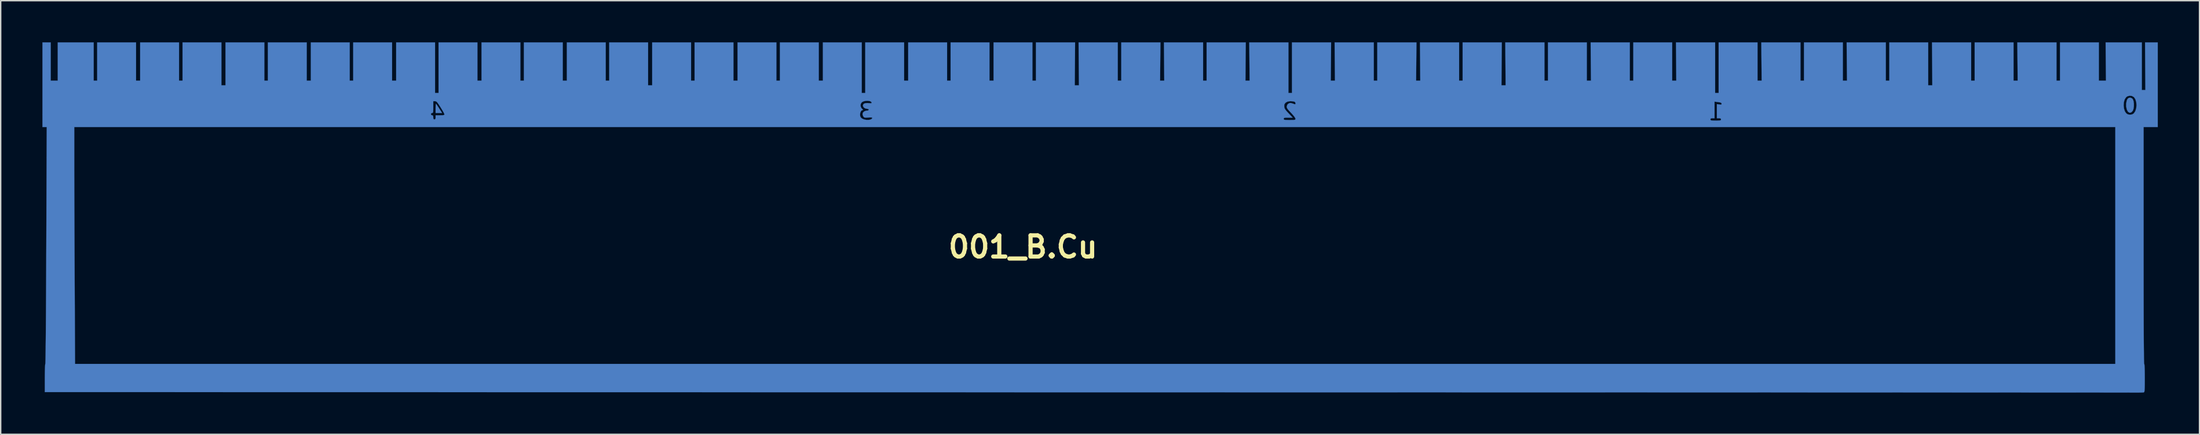
<source format=kicad_pcb>
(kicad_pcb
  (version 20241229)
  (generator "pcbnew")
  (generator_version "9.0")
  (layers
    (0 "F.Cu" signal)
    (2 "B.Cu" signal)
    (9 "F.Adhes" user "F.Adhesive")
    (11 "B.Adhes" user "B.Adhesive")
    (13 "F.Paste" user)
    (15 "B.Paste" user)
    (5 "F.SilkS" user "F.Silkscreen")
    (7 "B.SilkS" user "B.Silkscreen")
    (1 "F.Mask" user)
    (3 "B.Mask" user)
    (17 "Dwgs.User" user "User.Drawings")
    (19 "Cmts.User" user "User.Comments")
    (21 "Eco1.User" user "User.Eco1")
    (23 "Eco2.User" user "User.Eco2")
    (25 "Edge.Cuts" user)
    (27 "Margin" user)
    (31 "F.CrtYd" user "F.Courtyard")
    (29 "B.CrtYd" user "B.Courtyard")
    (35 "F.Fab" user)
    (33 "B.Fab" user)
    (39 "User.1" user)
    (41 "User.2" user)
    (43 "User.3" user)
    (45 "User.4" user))
  (footprint "001_B.Cu"
    (layer "F.Cu")
    (at 70.532 14.737)
    (property "Reference" "001_B.Cu" (at 0 0 0) (layer "F.SilkS") (effects (font (size 1.524 1.524) (thickness 0.3))))
    (attr through_hole)
    (fp_poly (pts (xy -42.212 -10.306) (xy -42.174 -10.254) (xy -42.104 -10.149) (xy -42.014 -10.011) (xy -41.98 -9.959) (xy -41.785 -9.652) (xy -42.249 -9.652) (xy -42.249 -9.999) (xy -42.245 -10.156) (xy -42.234 -10.264) (xy -42.218 -10.308) (xy -42.212 -10.306)) (stroke (width 0.01) (type solid)) (fill yes) (layer "B.Cu"))
    (fp_poly (pts (xy 79.769 -10.704) (xy 79.828 -10.64) (xy 79.879 -10.507) (xy 79.904 -10.327) (xy 79.903 -10.13) (xy 79.877 -9.947) (xy 79.826 -9.809) (xy 79.814 -9.791) (xy 79.705 -9.687) (xy 79.596 -9.665) (xy 79.493 -9.728) (xy 79.469 -9.755) (xy 79.391 -9.912) (xy 79.35 -10.115) (xy 79.35 -10.333) (xy 79.389 -10.536) (xy 79.444 -10.657) (xy 79.537 -10.738) (xy 79.655 -10.753) (xy 79.769 -10.704)) (stroke (width 0.01) (type solid)) (fill yes) (layer "B.Cu"))
    (fp_poly (pts (xy 80.476 -14.732) (xy 80.476 -11.303) (xy 80.732 -11.303) (xy 80.72 -13.018) (xy 80.709 -14.732) (xy 81.164 -14.732) (xy 81.619 -14.732) (xy 81.619 -8.636) (xy 80.603 -8.636) (xy 80.603 -0.106) (xy 80.603 1.043) (xy 80.604 2.11) (xy 80.605 3.094) (xy 80.606 3.995) (xy 80.608 4.813) (xy 80.61 5.549) (xy 80.613 6.201) (xy 80.616 6.77) (xy 80.62 7.255) (xy 80.624 7.656) (xy 80.628 7.974) (xy 80.633 8.207) (xy 80.638 8.357) (xy 80.643 8.421) (xy 80.645 8.424) (xy 80.66 8.466) (xy 80.671 8.588) (xy 80.68 8.788) (xy 80.685 9.06) (xy 80.687 9.402) (xy 80.687 9.436) (xy 80.687 9.758) (xy 80.685 10.006) (xy 80.68 10.189) (xy 80.673 10.316) (xy 80.662 10.399) (xy 80.647 10.447) (xy 80.627 10.47) (xy 80.62 10.473) (xy 80.56 10.48) (xy 80.428 10.485) (xy 80.238 10.489) (xy 80.001 10.49) (xy 79.731 10.489) (xy 79.573 10.488) (xy 79.497 10.488) (xy 79.339 10.487) (xy 79.098 10.487) (xy 78.777 10.487) (xy 78.377 10.486) (xy 77.899 10.486) (xy 77.344 10.485) (xy 76.715 10.485) (xy 76.011 10.485) (xy 75.236 10.484) (xy 74.39 10.484) (xy 73.474 10.483) (xy 72.489 10.483) (xy 71.439 10.482) (xy 70.322 10.482) (xy 69.142 10.481) (xy 67.899 10.481) (xy 66.595 10.48) (xy 65.23 10.48) (xy 63.808 10.48) (xy 62.328 10.479) (xy 60.792 10.479) (xy 59.202 10.478) (xy 57.559 10.478) (xy 55.864 10.477) (xy 54.119 10.477) (xy 52.325 10.476) (xy 50.483 10.476) (xy 48.595 10.475) (xy 46.663 10.475) (xy 44.687 10.474) (xy 42.669 10.474) (xy 40.61 10.473) (xy 38.512 10.473) (xy 36.376 10.473) (xy 34.204 10.472) (xy 31.997 10.472) (xy 29.755 10.471) (xy 27.481 10.471) (xy 25.177 10.47) (xy 22.842 10.47) (xy 20.479 10.47) (xy 18.09 10.469) (xy 15.675 10.469) (xy 13.235 10.468) (xy 10.773 10.468) (xy 8.289 10.468) (xy 5.786 10.467) (xy 4.117 10.467) (xy -70.358 10.456) (xy -70.358 9.444) (xy -70.356 9.16) (xy -70.352 8.906) (xy -70.346 8.693) (xy -70.337 8.533) (xy -70.328 8.439) (xy -70.32 8.417) (xy -70.316 8.374) (xy -70.312 8.249) (xy -70.307 8.047) (xy -70.303 7.77) (xy -70.298 7.422) (xy -70.294 7.007) (xy -70.289 6.527) (xy -70.284 5.987) (xy -70.28 5.389) (xy -70.275 4.737) (xy -70.271 4.034) (xy -70.267 3.285) (xy -70.263 2.491) (xy -70.259 1.658) (xy -70.255 0.787) (xy -70.251 -0.116) (xy -70.22 -8.636) (xy -68.241 -8.636) (xy -68.241 -6.424) (xy -68.241 -6.115) (xy -68.241 -5.729) (xy -68.24 -5.272) (xy -68.238 -4.751) (xy -68.237 -4.174) (xy -68.235 -3.548) (xy -68.233 -2.88) (xy -68.23 -2.176) (xy -68.228 -1.445) (xy -68.225 -0.692) (xy -68.222 0.074) (xy -68.219 0.848) (xy -68.215 1.621) (xy -68.213 2.106) (xy -68.185 8.424) (xy 78.571 8.424) (xy 78.571 -8.636) (xy -68.241 -8.636) (xy -70.22 -8.636) (xy -70.527 -8.636) (xy -70.527 -9.567) (xy -42.587 -9.567) (xy -42.557 -9.497) (xy -42.503 -9.483) (xy -42.444 -9.466) (xy -42.421 -9.401) (xy -42.418 -9.335) (xy -42.409 -9.232) (xy -42.372 -9.191) (xy -42.333 -9.186) (xy -42.275 -9.203) (xy -42.251 -9.268) (xy -42.249 -9.335) (xy -42.249 -9.483) (xy -41.931 -9.483) (xy -41.766 -9.486) (xy -41.669 -9.496) (xy -41.624 -9.519) (xy -41.614 -9.552) (xy -41.631 -9.599) (xy -11.718 -9.599) (xy -11.716 -9.458) (xy -11.681 -9.349) (xy -11.586 -9.253) (xy -11.435 -9.184) (xy -11.254 -9.15) (xy -11.068 -9.154) (xy -10.946 -9.185) (xy -10.876 -9.229) (xy 18.754 -9.229) (xy 18.759 -9.19) (xy 18.787 -9.165) (xy 18.852 -9.152) (xy 18.969 -9.145) (xy 19.154 -9.144) (xy 19.177 -9.144) (xy 19.369 -9.145) (xy 19.492 -9.15) (xy 19.562 -9.163) (xy 19.592 -9.186) (xy 19.592 -9.186) (xy 49.445 -9.186) (xy 49.452 -9.146) (xy 49.482 -9.121) (xy 49.551 -9.108) (xy 49.676 -9.102) (xy 49.826 -9.102) (xy 50.007 -9.103) (xy 50.12 -9.11) (xy 50.18 -9.125) (xy 50.204 -9.153) (xy 50.207 -9.186) (xy 50.191 -9.245) (xy 50.126 -9.268) (xy 50.059 -9.271) (xy 49.911 -9.271) (xy 49.911 -10.196) (xy 79.167 -10.196) (xy 79.192 -9.969) (xy 79.258 -9.766) (xy 79.355 -9.625) (xy 79.471 -9.548) (xy 79.624 -9.525) (xy 79.629 -9.525) (xy 79.784 -9.547) (xy 79.9 -9.623) (xy 79.903 -9.625) (xy 80.008 -9.783) (xy 80.072 -9.988) (xy 80.094 -10.215) (xy 80.073 -10.44) (xy 80.011 -10.641) (xy 79.907 -10.792) (xy 79.906 -10.793) (xy 79.762 -10.875) (xy 79.595 -10.894) (xy 79.434 -10.849) (xy 79.347 -10.786) (xy 79.244 -10.63) (xy 79.184 -10.425) (xy 79.167 -10.196) (xy 49.911 -10.196) (xy 49.911 -10.288) (xy 50.08 -10.261) (xy 50.191 -10.249) (xy 50.24 -10.266) (xy 50.25 -10.3) (xy 50.241 -10.354) (xy 50.202 -10.39) (xy 50.116 -10.414) (xy 49.964 -10.438) (xy 49.961 -10.438) (xy 49.742 -10.467) (xy 49.742 -9.271) (xy 49.593 -9.271) (xy 49.491 -9.262) (xy 49.45 -9.225) (xy 49.445 -9.186) (xy 19.592 -9.186) (xy 19.6 -9.224) (xy 19.6 -9.235) (xy 19.57 -9.309) (xy 19.485 -9.428) (xy 19.353 -9.582) (xy 19.28 -9.66) (xy 19.137 -9.813) (xy 19.044 -9.923) (xy 18.993 -10.004) (xy 18.973 -10.071) (xy 18.973 -10.129) (xy 19.018 -10.257) (xy 19.102 -10.328) (xy 19.183 -10.365) (xy 19.258 -10.369) (xy 19.364 -10.34) (xy 19.409 -10.324) (xy 19.524 -10.284) (xy 19.58 -10.277) (xy 19.599 -10.304) (xy 19.6 -10.351) (xy 19.579 -10.423) (xy 19.508 -10.469) (xy 19.374 -10.492) (xy 19.211 -10.498) (xy 19.036 -10.471) (xy 18.896 -10.397) (xy 18.81 -10.289) (xy 18.793 -10.223) (xy 18.791 -10.104) (xy 18.811 -10.003) (xy 18.865 -9.901) (xy 18.963 -9.777) (xy 19.098 -9.631) (xy 19.399 -9.313) (xy 19.077 -9.313) (xy 18.913 -9.311) (xy 18.816 -9.303) (xy 18.769 -9.282) (xy 18.754 -9.246) (xy 18.754 -9.229) (xy -10.876 -9.229) (xy -10.866 -9.235) (xy -10.837 -9.285) (xy -10.855 -9.316) (xy -10.918 -9.33) (xy -11.041 -9.329) (xy -11.129 -9.323) (xy -11.284 -9.314) (xy -11.379 -9.319) (xy -11.436 -9.343) (xy -11.479 -9.392) (xy -11.494 -9.413) (xy -11.543 -9.548) (xy -11.517 -9.669) (xy -11.427 -9.762) (xy -11.281 -9.815) (xy -11.195 -9.821) (xy -11.112 -9.844) (xy -11.091 -9.885) (xy -11.129 -9.936) (xy -11.209 -9.948) (xy -11.351 -9.978) (xy -11.46 -10.054) (xy -11.513 -10.159) (xy -11.515 -10.182) (xy -11.479 -10.288) (xy -11.372 -10.349) (xy -11.193 -10.365) (xy -11.103 -10.358) (xy -10.971 -10.348) (xy -10.905 -10.355) (xy -10.886 -10.383) (xy -10.888 -10.405) (xy -10.94 -10.472) (xy -11.049 -10.514) (xy -11.193 -10.529) (xy -11.348 -10.518) (xy -11.491 -10.48) (xy -11.598 -10.415) (xy -11.602 -10.412) (xy -11.674 -10.285) (xy -11.681 -10.139) (xy -11.624 -10.005) (xy -11.572 -9.951) (xy -11.507 -9.89) (xy -11.514 -9.865) (xy -11.528 -9.864) (xy -11.617 -9.826) (xy -11.682 -9.73) (xy -11.718 -9.599) (xy -41.631 -9.599) (xy -41.635 -9.613) (xy -41.695 -9.728) (xy -41.783 -9.881) (xy -41.891 -10.056) (xy -41.893 -10.06) (xy -42.014 -10.246) (xy -42.102 -10.371) (xy -42.167 -10.447) (xy -42.222 -10.485) (xy -42.276 -10.498) (xy -42.296 -10.499) (xy -42.418 -10.499) (xy -42.418 -10.075) (xy -42.419 -9.883) (xy -42.425 -9.759) (xy -42.438 -9.69) (xy -42.461 -9.659) (xy -42.498 -9.652) (xy -42.503 -9.652) (xy -42.573 -9.622) (xy -42.587 -9.567) (xy -70.527 -9.567) (xy -70.527 -14.732) (xy -69.935 -14.732) (xy -69.935 -11.98) (xy -69.427 -11.98) (xy -69.427 -14.732) (xy -66.844 -14.732) (xy -66.844 -11.98) (xy -66.59 -11.98) (xy -66.59 -14.732) (xy -63.796 -14.732) (xy -63.796 -11.98) (xy -63.5 -11.98) (xy -63.5 -14.732) (xy -60.706 -14.732) (xy -60.706 -11.98) (xy -60.452 -11.98) (xy -60.452 -14.732) (xy -57.658 -14.732) (xy -57.658 -11.642) (xy -57.362 -11.642) (xy -57.362 -14.732) (xy -54.568 -14.732) (xy -54.568 -11.98) (xy -54.314 -11.98) (xy -54.314 -14.732) (xy -51.52 -14.732) (xy -51.52 -11.98) (xy -51.223 -11.98) (xy -51.223 -14.732) (xy -48.429 -14.732) (xy -48.429 -11.98) (xy -48.175 -11.98) (xy -48.175 -14.732) (xy -45.381 -14.732) (xy -45.381 -11.98) (xy -45.085 -11.98) (xy -45.085 -14.732) (xy -42.291 -14.732) (xy -42.291 -11.091) (xy -42.037 -11.091) (xy -42.037 -14.732) (xy -39.243 -14.732) (xy -39.243 -11.98) (xy -38.947 -11.98) (xy -38.947 -14.732) (xy -36.153 -14.732) (xy -36.153 -11.98) (xy -35.899 -11.98) (xy -35.899 -14.732) (xy -33.105 -14.732) (xy -33.105 -11.98) (xy -32.808 -11.98) (xy -32.808 -14.732) (xy -30.014 -14.732) (xy -30.014 -11.98) (xy -29.76 -11.98) (xy -29.76 -14.732) (xy -26.966 -14.732) (xy -26.966 -11.642) (xy -26.67 -11.642) (xy -26.67 -14.732) (xy -23.876 -14.732) (xy -23.876 -11.98) (xy -23.622 -11.98) (xy -23.622 -14.732) (xy -20.828 -14.732) (xy -20.828 -11.98) (xy -20.532 -11.98) (xy -20.532 -14.732) (xy -17.738 -14.732) (xy -17.738 -11.98) (xy -17.484 -11.98) (xy -17.484 -14.732) (xy -14.69 -14.732) (xy -14.69 -11.98) (xy -14.393 -11.98) (xy -14.393 -14.732) (xy -11.599 -14.732) (xy -11.599 -11.091) (xy -11.345 -11.091) (xy -11.345 -14.732) (xy -8.551 -14.732) (xy -8.551 -11.98) (xy -8.255 -11.98) (xy -8.255 -14.732) (xy -5.461 -14.732) (xy -5.461 -11.98) (xy -5.207 -11.98) (xy -5.207 -14.732) (xy -2.413 -14.732) (xy -2.413 -11.98) (xy -2.117 -11.98) (xy -2.117 -14.732) (xy 0.677 -14.732) (xy 0.677 -11.98) (xy 0.931 -11.98) (xy 0.931 -14.732) (xy 2.339 -14.732) (xy 3.747 -14.732) (xy 3.735 -13.187) (xy 3.723 -11.642) (xy 4.024 -11.642) (xy 4.012 -13.187) (xy 4 -14.732) (xy 5.408 -14.732) (xy 6.816 -14.732) (xy 6.816 -11.98) (xy 7.07 -11.98) (xy 7.07 -14.732) (xy 9.885 -14.732) (xy 9.873 -13.356) (xy 9.861 -11.98) (xy 10.162 -11.98) (xy 10.151 -13.356) (xy 10.139 -14.732) (xy 11.546 -14.732) (xy 12.954 -14.732) (xy 12.954 -11.98) (xy 13.208 -11.98) (xy 13.208 -14.732) (xy 14.616 -14.732) (xy 16.023 -14.732) (xy 16.011 -13.356) (xy 16 -11.98) (xy 16.301 -11.98) (xy 16.289 -13.356) (xy 16.277 -14.732) (xy 19.092 -14.732) (xy 19.092 -11.091) (xy 19.346 -11.091) (xy 19.346 -14.732) (xy 20.754 -14.732) (xy 22.162 -14.732) (xy 22.15 -13.356) (xy 22.138 -11.98) (xy 22.439 -11.98) (xy 22.427 -13.356) (xy 22.416 -14.732) (xy 23.823 -14.732) (xy 25.231 -14.732) (xy 25.231 -11.98) (xy 25.485 -11.98) (xy 25.485 -14.732) (xy 28.3 -14.732) (xy 28.288 -13.356) (xy 28.276 -11.98) (xy 28.577 -11.98) (xy 28.566 -13.356) (xy 28.554 -14.732) (xy 29.961 -14.732) (xy 31.369 -14.732) (xy 31.369 -11.98) (xy 31.623 -11.98) (xy 31.623 -14.732) (xy 33.031 -14.732) (xy 34.438 -14.732) (xy 34.427 -13.187) (xy 34.415 -11.642) (xy 34.715 -11.642) (xy 34.692 -14.732) (xy 36.1 -14.732) (xy 37.507 -14.732) (xy 37.507 -11.98) (xy 37.761 -11.98) (xy 37.761 -14.732) (xy 40.555 -14.732) (xy 40.555 -11.98) (xy 40.854 -11.98) (xy 40.842 -13.356) (xy 40.831 -14.732) (xy 42.238 -14.732) (xy 43.646 -14.732) (xy 43.646 -11.98) (xy 43.9 -11.98) (xy 43.9 -14.732) (xy 46.694 -14.732) (xy 46.694 -11.98) (xy 46.992 -11.98) (xy 46.981 -13.356) (xy 46.969 -14.732) (xy 48.376 -14.732) (xy 49.784 -14.732) (xy 49.784 -11.091) (xy 50.038 -11.091) (xy 50.038 -14.732) (xy 52.832 -14.732) (xy 52.832 -11.98) (xy 53.131 -11.98) (xy 53.119 -13.356) (xy 53.107 -14.732) (xy 55.922 -14.732) (xy 55.922 -11.98) (xy 56.176 -11.98) (xy 56.176 -14.732) (xy 58.97 -14.732) (xy 58.97 -11.98) (xy 59.269 -11.98) (xy 59.257 -13.356) (xy 59.245 -14.732) (xy 60.653 -14.732) (xy 62.061 -14.732) (xy 62.061 -11.98) (xy 62.315 -11.98) (xy 62.315 -14.732) (xy 65.109 -14.732) (xy 65.109 -11.642) (xy 65.407 -11.642) (xy 65.395 -13.187) (xy 65.384 -14.732) (xy 66.791 -14.732) (xy 68.199 -14.732) (xy 68.199 -11.98) (xy 68.453 -11.98) (xy 68.453 -14.732) (xy 71.247 -14.732) (xy 71.247 -11.98) (xy 71.546 -11.98) (xy 71.534 -13.356) (xy 71.522 -14.732) (xy 74.337 -14.732) (xy 74.337 -11.98) (xy 74.591 -11.98) (xy 74.591 -14.732) (xy 77.385 -14.732) (xy 77.385 -11.98) (xy 77.896 -11.98) (xy 77.884 -13.356) (xy 77.872 -14.732) (xy 80.476 -14.732)) (stroke (width 0.01) (type solid)) (fill yes) (layer "B.Cu")))
  (gr_rect
    (start -3 -3)
    (end 155.156 28.232)
    (stroke (width 0.1) (type default))
    (fill no)
    (layer "Edge.Cuts")))
</source>
